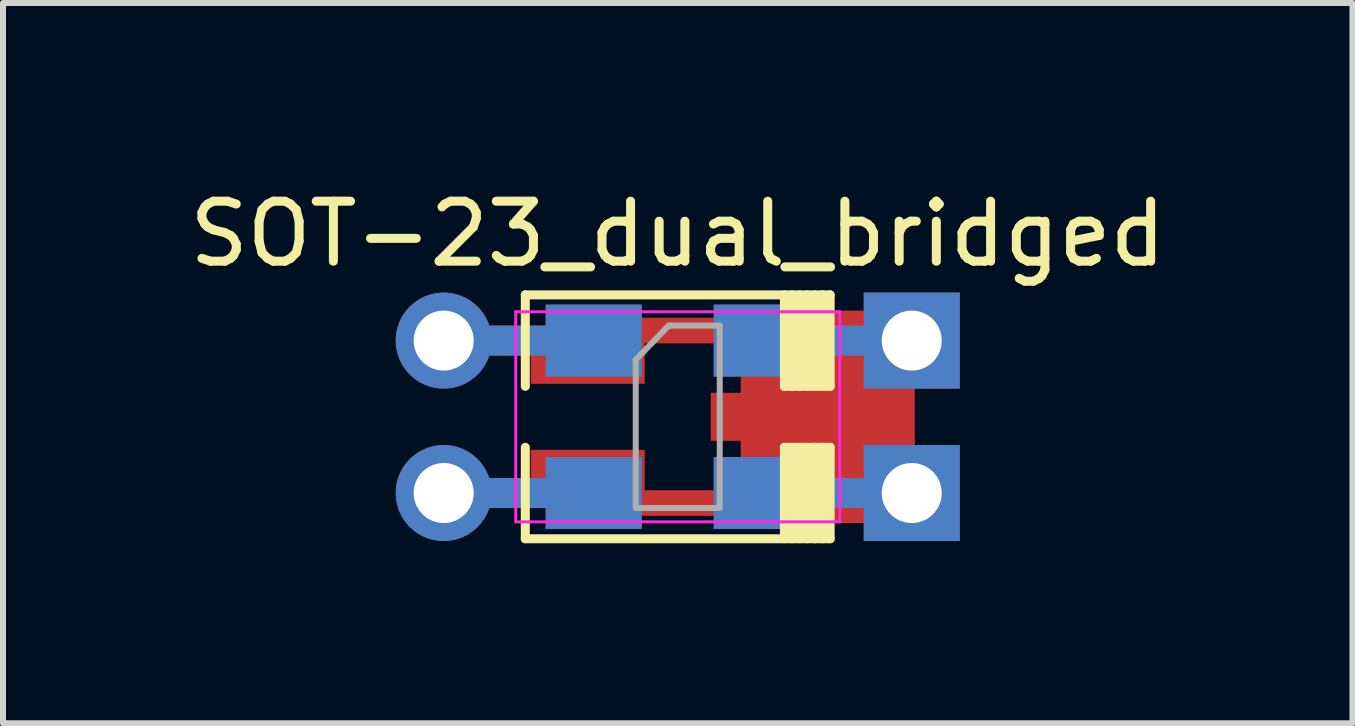
<source format=kicad_pcb>
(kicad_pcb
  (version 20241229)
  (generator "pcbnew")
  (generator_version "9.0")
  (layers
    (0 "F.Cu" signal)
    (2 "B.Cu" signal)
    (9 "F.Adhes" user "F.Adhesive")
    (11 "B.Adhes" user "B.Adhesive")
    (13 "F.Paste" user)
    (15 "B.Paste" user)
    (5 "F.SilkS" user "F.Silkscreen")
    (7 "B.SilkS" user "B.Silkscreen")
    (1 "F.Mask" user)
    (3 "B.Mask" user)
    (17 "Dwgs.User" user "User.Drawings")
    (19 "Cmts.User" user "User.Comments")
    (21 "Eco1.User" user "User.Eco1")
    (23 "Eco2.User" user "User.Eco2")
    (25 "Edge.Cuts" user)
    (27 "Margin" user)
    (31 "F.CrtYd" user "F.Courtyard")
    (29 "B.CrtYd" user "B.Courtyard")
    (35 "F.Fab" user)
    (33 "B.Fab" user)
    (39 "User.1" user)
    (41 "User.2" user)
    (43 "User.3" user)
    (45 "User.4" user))
  (footprint "SOT-23_dual_bridged"
    (layer "F.Cu")
    (at 8.244 3.896)
    (property "Reference" "SOT-23_dual_bridged" (at 0 -3.048 0) (layer "F.SilkS") (effects (font (size 1 1) (thickness 0.15))))
    (attr through_hole)
    (fp_poly (pts (xy -0.762 -1.651) (xy 0.762 -1.651) (xy 0.762 -1.224) (xy -0.762 -1.224)) (stroke (width 0) (type solid)) (fill yes) (layer "F.Cu"))
    (fp_poly (pts (xy -0.762 1.224) (xy 0.762 1.224) (xy 0.762 1.651) (xy -0.762 1.651)) (stroke (width 0) (type solid)) (fill yes) (layer "F.Cu"))
    (fp_poly (pts (xy -0.762 -1.651) (xy 0.762 -1.651) (xy 0.762 -1.224) (xy -0.762 -1.224)) (stroke (width 0) (type solid)) (fill yes) (layer "F.Mask"))
    (fp_poly (pts (xy -0.762 1.224) (xy 0.762 1.224) (xy 0.762 1.651) (xy -0.762 1.651)) (stroke (width 0) (type solid)) (fill yes) (layer "F.Mask"))
    (fp_line (start -2.54 -2.032) (end -2.54 -0.508) (stroke (width 0.15) (type solid)) (layer "F.SilkS"))
    (fp_line (start -2.54 0.508) (end -2.54 2.032) (stroke (width 0.15) (type solid)) (layer "F.SilkS"))
    (fp_line (start -2.54 2.032) (end 2.54 2.032) (stroke (width 0.15) (type solid)) (layer "F.SilkS"))
    (fp_line (start 1.778 -0.508) (end 1.778 -2.032) (stroke (width 0.15) (type solid)) (layer "F.SilkS"))
    (fp_line (start 1.778 -0.508) (end 2.54 -0.508) (stroke (width 0.15) (type solid)) (layer "F.SilkS"))
    (fp_line (start 1.778 2.032) (end 1.778 0.508) (stroke (width 0.15) (type solid)) (layer "F.SilkS"))
    (fp_line (start 1.905 -0.508) (end 1.905 -2.032) (stroke (width 0.15) (type solid)) (layer "F.SilkS"))
    (fp_line (start 1.905 2.032) (end 1.905 0.508) (stroke (width 0.15) (type solid)) (layer "F.SilkS"))
    (fp_line (start 2.032 -2.032) (end 2.032 -0.508) (stroke (width 0.15) (type solid)) (layer "F.SilkS"))
    (fp_line (start 2.032 0.508) (end 2.032 2.032) (stroke (width 0.15) (type solid)) (layer "F.SilkS"))
    (fp_line (start 2.159 -0.508) (end 2.159 -2.032) (stroke (width 0.15) (type solid)) (layer "F.SilkS"))
    (fp_line (start 2.159 2.032) (end 2.159 0.508) (stroke (width 0.15) (type solid)) (layer "F.SilkS"))
    (fp_line (start 2.286 -2.032) (end 2.286 -0.508) (stroke (width 0.15) (type solid)) (layer "F.SilkS"))
    (fp_line (start 2.286 0.508) (end 2.286 2.032) (stroke (width 0.15) (type solid)) (layer "F.SilkS"))
    (fp_line (start 2.413 -0.508) (end 2.413 -2.032) (stroke (width 0.15) (type solid)) (layer "F.SilkS"))
    (fp_line (start 2.413 2.032) (end 2.413 0.508) (stroke (width 0.15) (type solid)) (layer "F.SilkS"))
    (fp_line (start 2.54 -2.032) (end -2.54 -2.032) (stroke (width 0.15) (type solid)) (layer "F.SilkS"))
    (fp_line (start 2.54 -0.508) (end 2.54 -2.032) (stroke (width 0.15) (type solid)) (layer "F.SilkS"))
    (fp_line (start 2.54 0.508) (end 1.778 0.508) (stroke (width 0.15) (type solid)) (layer "F.SilkS"))
    (fp_line (start 2.54 2.032) (end 2.54 0.508) (stroke (width 0.15) (type solid)) (layer "F.SilkS"))
    (fp_line (start -2.7 -1.75) (end 2.7 -1.75) (stroke (width 0.05) (type solid)) (layer "F.CrtYd"))
    (fp_line (start -2.7 1.75) (end -2.7 -1.75) (stroke (width 0.05) (type solid)) (layer "F.CrtYd"))
    (fp_line (start 2.7 -1.75) (end 2.7 1.75) (stroke (width 0.05) (type solid)) (layer "F.CrtYd"))
    (fp_line (start 2.7 1.75) (end -2.7 1.75) (stroke (width 0.05) (type solid)) (layer "F.CrtYd"))
    (fp_line (start -0.7 -0.95) (end -0.7 1.5) (stroke (width 0.1) (type solid)) (layer "F.Fab"))
    (fp_line (start -0.7 -0.95) (end -0.15 -1.52) (stroke (width 0.1) (type solid)) (layer "F.Fab"))
    (fp_line (start -0.7 1.52) (end 0.7 1.52) (stroke (width 0.1) (type solid)) (layer "F.Fab"))
    (fp_line (start -0.15 -1.52) (end 0.7 -1.52) (stroke (width 0.1) (type solid)) (layer "F.Fab"))
    (fp_line (start 0.7 -1.52) (end 0.7 1.52) (stroke (width 0.1) (type solid)) (layer "F.Fab"))
    (pad "1" thru_hole circle (at -3.9 -1.27) (size 1.6 1.6) (drill 1) (layers "*.Cu" "*.Mask"))
    (pad "1" smd rect (at -2.5 -1.27) (size 2.9 0.5) (layers "F.Cu"))
    (pad "1" smd rect (at -2.5 -1.27) (size 2.9 0.5) (layers "B.Cu"))
    (pad "1" smd rect (at -1.5 -0.95) (size 1.9 0.8) (layers "F.Cu" "F.Mask" "F.Paste"))
    (pad "1" smd rect (at -1.4 -1.27) (size 1.6 1.2) (layers "F.Cu" "F.Mask" "F.Paste"))
    (pad "1" smd rect (at -1.4 -1.27) (size 1.6 1.2) (layers "B.Cu" "B.Mask" "B.Paste"))
    (pad "2" thru_hole circle (at -3.9 1.27) (size 1.6 1.6) (drill 1) (layers "*.Cu" "*.Mask"))
    (pad "2" smd rect (at -2.5 1.27) (size 2.9 0.5) (layers "F.Cu"))
    (pad "2" smd rect (at -2.5 1.27) (size 2.9 0.5) (layers "B.Cu"))
    (pad "2" smd rect (at -1.5 0.95) (size 1.9 0.8) (layers "F.Cu" "F.Mask" "F.Paste"))
    (pad "2" smd rect (at -1.4 1.27) (size 1.6 1.2) (layers "F.Cu" "F.Mask" "F.Paste"))
    (pad "2" smd rect (at -1.4 1.27) (size 1.6 1.2) (layers "B.Cu" "B.Mask" "B.Paste"))
    (pad "3" smd rect (at 1.4 -1.27) (size 1.6 1.2) (layers "F.Cu" "F.Mask" "F.Paste"))
    (pad "3" smd rect (at 1.4 -1.27) (size 1.6 1.2) (layers "B.Cu" "B.Mask" "B.Paste"))
    (pad "3" smd rect (at 1.4 1.27) (size 1.6 1.2) (layers "F.Cu" "F.Mask" "F.Paste"))
    (pad "3" smd rect (at 1.4 1.27) (size 1.6 1.2) (layers "B.Cu" "B.Mask" "B.Paste"))
    (pad "3" smd rect (at 1.5 0) (size 1.9 0.8) (layers "F.Cu" "F.Mask" "F.Paste"))
    (pad "3" smd rect (at 2.5 -1.27) (size 2.9 0.5) (layers "B.Cu"))
    (pad "3" smd rect (at 2.5 0) (size 2.9 3.54) (layers "F.Cu"))
    (pad "3" smd rect (at 2.5 1.27) (size 2.9 0.5) (layers "F.Cu"))
    (pad "3" smd rect (at 2.5 1.27) (size 2.9 0.5) (layers "B.Cu"))
    (pad "3" thru_hole rect (at 3.9 -1.27) (size 1.6 1.6) (drill 1) (layers "*.Cu" "*.Mask"))
    (pad "3" thru_hole rect (at 3.9 1.27) (size 1.6 1.6) (drill 1) (layers "*.Cu" "*.Mask")))
  (gr_rect
    (start -3 -3)
    (end 19.488 9.003)
    (stroke (width 0.1) (type default))
    (fill no)
    (layer "Edge.Cuts")))
</source>
